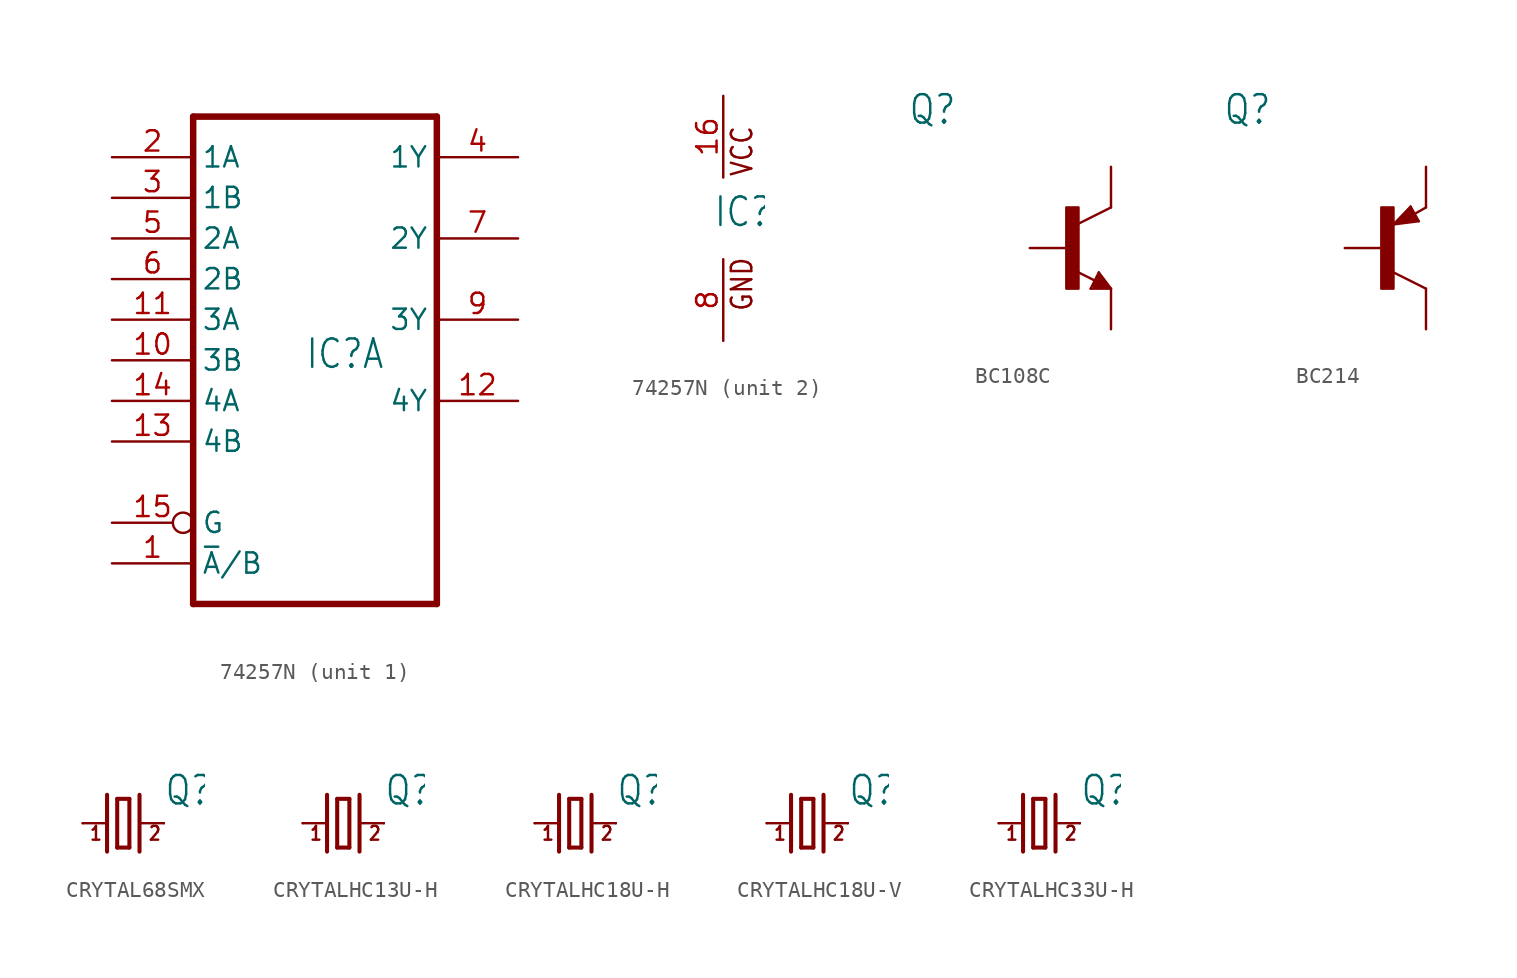
<source format=kicad_sym>
(kicad_symbol_lib
  (version 20220914)
  (generator kicad_symbol_editor)
  (symbol "74257N"
    (property "Reference" "IC"
      (at -0.635 -0.635 0)
      (effects (font (size 1.778 1.511)) (justify left bottom)))
    (property "ki_locked" ""
      (at 0 0 0)
      (effects (font (size 1.27 1.27))))
    (symbol "74257N_1_0"
      (polyline (pts (xy -7.62 -15.24) (xy 7.62 -15.24)) (stroke (width 0.406) (type solid)) (fill (type none)))
      (polyline (pts (xy -7.62 15.24) (xy -7.62 -15.24)) (stroke (width 0.406) (type solid)) (fill (type none)))
      (polyline (pts (xy 7.62 -15.24) (xy 7.62 15.24)) (stroke (width 0.406) (type solid)) (fill (type none)))
      (polyline (pts (xy 7.62 15.24) (xy -7.62 15.24)) (stroke (width 0.406) (type solid)) (fill (type none)))
      (pin input line (at -12.7 -12.7 0) (length 5.08) (name "~{A}/B" (effects (font (size 1.27 1.27)))) (number "1" (effects (font (size 1.27 1.27)))))
      (pin input line (at -12.7 0 0) (length 5.08) (name "3B" (effects (font (size 1.27 1.27)))) (number "10" (effects (font (size 1.27 1.27)))))
      (pin input line (at -12.7 2.54 0) (length 5.08) (name "3A" (effects (font (size 1.27 1.27)))) (number "11" (effects (font (size 1.27 1.27)))))
      (pin tri_state line (at 12.7 -2.54 180) (length 5.08) (name "4Y" (effects (font (size 1.27 1.27)))) (number "12" (effects (font (size 1.27 1.27)))))
      (pin input line (at -12.7 -5.08 0) (length 5.08) (name "4B" (effects (font (size 1.27 1.27)))) (number "13" (effects (font (size 1.27 1.27)))))
      (pin input line (at -12.7 -2.54 0) (length 5.08) (name "4A" (effects (font (size 1.27 1.27)))) (number "14" (effects (font (size 1.27 1.27)))))
      (pin input inverted (at -12.7 -10.16 0) (length 5.08) (name "G" (effects (font (size 1.27 1.27)))) (number "15" (effects (font (size 1.27 1.27)))))
      (pin input line (at -12.7 12.7 0) (length 5.08) (name "1A" (effects (font (size 1.27 1.27)))) (number "2" (effects (font (size 1.27 1.27)))))
      (pin input line (at -12.7 10.16 0) (length 5.08) (name "1B" (effects (font (size 1.27 1.27)))) (number "3" (effects (font (size 1.27 1.27)))))
      (pin tri_state line (at 12.7 12.7 180) (length 5.08) (name "1Y" (effects (font (size 1.27 1.27)))) (number "4" (effects (font (size 1.27 1.27)))))
      (pin input line (at -12.7 7.62 0) (length 5.08) (name "2A" (effects (font (size 1.27 1.27)))) (number "5" (effects (font (size 1.27 1.27)))))
      (pin input line (at -12.7 5.08 0) (length 5.08) (name "2B" (effects (font (size 1.27 1.27)))) (number "6" (effects (font (size 1.27 1.27)))))
      (pin tri_state line (at 12.7 7.62 180) (length 5.08) (name "2Y" (effects (font (size 1.27 1.27)))) (number "7" (effects (font (size 1.27 1.27)))))
      (pin tri_state line (at 12.7 2.54 180) (length 5.08) (name "3Y" (effects (font (size 1.27 1.27)))) (number "9" (effects (font (size 1.27 1.27))))))
    (symbol "74257N_2_0"
      (text "GND" (at 1.905 -5.842 900) (effects (font (size 1.27 1.079)) (justify left bottom)))
      (text "VCC" (at 1.905 2.54 900) (effects (font (size 1.27 1.079)) (justify left bottom)))
      (pin power_in line (at 0 7.62 270) (length 5.08) (name "VCC" (effects (font (size 0 0)))) (number "16" (effects (font (size 1.27 1.27)))))
      (pin power_in line (at 0 -7.62 90) (length 5.08) (name "GND" (effects (font (size 0 0)))) (number "8" (effects (font (size 1.27 1.27)))))))
  (symbol "BC108C"
    (property "Reference" "Q"
      (at -10.16 7.62 0)
      (effects (font (size 1.778 1.511)) (justify left bottom)))
    (property "Value" ""
      (at -10.16 5.08 0)
      (effects (font (size 1.778 1.511)) (justify left bottom)))
    (property "ki_locked" ""
      (at 0 0 0)
      (effects (font (size 1.27 1.27))))
    (symbol "BC108C_1_0"
      (rectangle (start -0.254 -2.54) (end 0.508 2.54) (stroke (width 0) (type default)) (fill (type outline)))
      (polyline (pts (xy 1.27 -2.54) (xy 1.778 -1.524)) (stroke (width 0.152) (type solid)) (fill (type none)))
      (polyline (pts (xy 1.524 -2.413) (xy 2.286 -2.413)) (stroke (width 0.254) (type solid)) (fill (type none)))
      (polyline (pts (xy 1.524 -2.286) (xy 1.905 -2.286)) (stroke (width 0.254) (type solid)) (fill (type none)))
      (polyline (pts (xy 1.54 -2.04) (xy 0.308 -1.424)) (stroke (width 0.152) (type solid)) (fill (type none)))
      (polyline (pts (xy 1.778 -1.778) (xy 1.524 -2.286)) (stroke (width 0.254) (type solid)) (fill (type none)))
      (polyline (pts (xy 1.778 -1.524) (xy 2.54 -2.54)) (stroke (width 0.152) (type solid)) (fill (type none)))
      (polyline (pts (xy 1.905 -2.286) (xy 1.778 -2.032)) (stroke (width 0.254) (type solid)) (fill (type none)))
      (polyline (pts (xy 2.286 -2.413) (xy 1.778 -1.778)) (stroke (width 0.254) (type solid)) (fill (type none)))
      (polyline (pts (xy 2.54 -2.54) (xy 1.27 -2.54)) (stroke (width 0.152) (type solid)) (fill (type none)))
      (polyline (pts (xy 2.54 2.54) (xy 0.508 1.524)) (stroke (width 0.152) (type solid)) (fill (type none)))
      (pin passive line (at 2.54 -5.08 90) (length 2.54) (name "E" (effects (font (size 0 0)))) (number "1" (effects (font (size 0 0)))))
      (pin passive line (at -2.54 0 0) (length 2.54) (name "B" (effects (font (size 0 0)))) (number "2" (effects (font (size 0 0)))))
      (pin passive line (at 2.54 5.08 270) (length 2.54) (name "C" (effects (font (size 0 0)))) (number "3" (effects (font (size 0 0)))))))
  (symbol "BC214"
    (property "Reference" "Q"
      (at -10.16 7.62 0)
      (effects (font (size 1.778 1.511)) (justify left bottom)))
    (property "Value" ""
      (at -10.16 5.08 0)
      (effects (font (size 1.778 1.511)) (justify left bottom)))
    (property "ki_locked" ""
      (at 0 0 0)
      (effects (font (size 1.27 1.27))))
    (symbol "BC214_1_0"
      (rectangle (start -0.254 -2.54) (end 0.508 2.54) (stroke (width 0) (type default)) (fill (type outline)))
      (polyline (pts (xy 0.516 1.478) (xy 2.086 1.678)) (stroke (width 0.152) (type solid)) (fill (type none)))
      (polyline (pts (xy 0.762 1.651) (xy 1.778 1.778)) (stroke (width 0.254) (type solid)) (fill (type none)))
      (polyline (pts (xy 1.143 1.905) (xy 1.524 1.905)) (stroke (width 0.254) (type solid)) (fill (type none)))
      (polyline (pts (xy 1.524 2.159) (xy 1.143 1.905)) (stroke (width 0.254) (type solid)) (fill (type none)))
      (polyline (pts (xy 1.524 2.413) (xy 0.762 1.651)) (stroke (width 0.254) (type solid)) (fill (type none)))
      (polyline (pts (xy 1.578 2.594) (xy 0.516 1.478)) (stroke (width 0.152) (type solid)) (fill (type none)))
      (polyline (pts (xy 1.778 1.778) (xy 1.524 2.159)) (stroke (width 0.254) (type solid)) (fill (type none)))
      (polyline (pts (xy 1.905 1.778) (xy 1.524 2.413)) (stroke (width 0.254) (type solid)) (fill (type none)))
      (polyline (pts (xy 2.086 1.678) (xy 1.578 2.594)) (stroke (width 0.152) (type solid)) (fill (type none)))
      (polyline (pts (xy 2.54 -2.54) (xy 0.508 -1.524)) (stroke (width 0.152) (type solid)) (fill (type none)))
      (polyline (pts (xy 2.54 2.54) (xy 1.808 2.124)) (stroke (width 0.152) (type solid)) (fill (type none)))
      (pin passive line (at 2.54 5.08 270) (length 2.54) (name "E" (effects (font (size 0 0)))) (number "1" (effects (font (size 0 0)))))
      (pin passive line (at -2.54 0 0) (length 2.54) (name "B" (effects (font (size 0 0)))) (number "2" (effects (font (size 0 0)))))
      (pin passive line (at 2.54 -5.08 90) (length 2.54) (name "C" (effects (font (size 0 0)))) (number "3" (effects (font (size 0 0)))))))
  (symbol "CRYTAL68SMX"
    (property "Reference" "Q"
      (at 2.54 1.016 0)
      (effects (font (size 1.778 1.511)) (justify left bottom)))
    (property "Value" ""
      (at 2.54 -2.54 0)
      (effects (font (size 1.778 1.511)) (justify left bottom)))
    (property "ki_locked" ""
      (at 0 0 0)
      (effects (font (size 1.27 1.27))))
    (symbol "CRYTAL68SMX_1_0"
      (polyline (pts (xy -2.54 0) (xy -1.016 0)) (stroke (width 0.152) (type solid)) (fill (type none)))
      (polyline (pts (xy -1.016 1.778) (xy -1.016 -1.778)) (stroke (width 0.254) (type solid)) (fill (type none)))
      (polyline (pts (xy -0.381 -1.524) (xy 0.381 -1.524)) (stroke (width 0.254) (type solid)) (fill (type none)))
      (polyline (pts (xy -0.381 1.524) (xy -0.381 -1.524)) (stroke (width 0.254) (type solid)) (fill (type none)))
      (polyline (pts (xy 0.381 -1.524) (xy 0.381 1.524)) (stroke (width 0.254) (type solid)) (fill (type none)))
      (polyline (pts (xy 0.381 1.524) (xy -0.381 1.524)) (stroke (width 0.254) (type solid)) (fill (type none)))
      (polyline (pts (xy 1.016 0) (xy 2.54 0)) (stroke (width 0.152) (type solid)) (fill (type none)))
      (polyline (pts (xy 1.016 1.778) (xy 1.016 -1.778)) (stroke (width 0.254) (type solid)) (fill (type none)))
      (text "1" (at -2.159 -1.143 0) (effects (font (size 0.864 0.734)) (justify left bottom)))
      (text "2" (at 1.524 -1.143 0) (effects (font (size 0.864 0.734)) (justify left bottom)))
      (pin passive line (at -2.54 0 0) (length 0) (name "1" (effects (font (size 0 0)))) (number "1" (effects (font (size 0 0)))))
      (pin passive line (at 2.54 0 180) (length 0) (name "2" (effects (font (size 0 0)))) (number "4" (effects (font (size 0 0)))))))
  (symbol "CRYTALHC13U-H"
    (property "Reference" "Q"
      (at 2.54 1.016 0)
      (effects (font (size 1.778 1.511)) (justify left bottom)))
    (property "Value" ""
      (at 2.54 -2.54 0)
      (effects (font (size 1.778 1.511)) (justify left bottom)))
    (property "ki_locked" ""
      (at 0 0 0)
      (effects (font (size 1.27 1.27))))
    (symbol "CRYTALHC13U-H_1_0"
      (polyline (pts (xy -2.54 0) (xy -1.016 0)) (stroke (width 0.152) (type solid)) (fill (type none)))
      (polyline (pts (xy -1.016 1.778) (xy -1.016 -1.778)) (stroke (width 0.254) (type solid)) (fill (type none)))
      (polyline (pts (xy -0.381 -1.524) (xy 0.381 -1.524)) (stroke (width 0.254) (type solid)) (fill (type none)))
      (polyline (pts (xy -0.381 1.524) (xy -0.381 -1.524)) (stroke (width 0.254) (type solid)) (fill (type none)))
      (polyline (pts (xy 0.381 -1.524) (xy 0.381 1.524)) (stroke (width 0.254) (type solid)) (fill (type none)))
      (polyline (pts (xy 0.381 1.524) (xy -0.381 1.524)) (stroke (width 0.254) (type solid)) (fill (type none)))
      (polyline (pts (xy 1.016 0) (xy 2.54 0)) (stroke (width 0.152) (type solid)) (fill (type none)))
      (polyline (pts (xy 1.016 1.778) (xy 1.016 -1.778)) (stroke (width 0.254) (type solid)) (fill (type none)))
      (text "1" (at -2.159 -1.143 0) (effects (font (size 0.864 0.734)) (justify left bottom)))
      (text "2" (at 1.524 -1.143 0) (effects (font (size 0.864 0.734)) (justify left bottom)))
      (pin passive line (at -2.54 0 0) (length 0) (name "1" (effects (font (size 0 0)))) (number "1" (effects (font (size 0 0)))))
      (pin passive line (at 2.54 0 180) (length 0) (name "2" (effects (font (size 0 0)))) (number "2" (effects (font (size 0 0)))))))
  (symbol "CRYTALHC18U-H"
    (property "Reference" "Q"
      (at 2.54 1.016 0)
      (effects (font (size 1.778 1.511)) (justify left bottom)))
    (property "Value" ""
      (at 2.54 -2.54 0)
      (effects (font (size 1.778 1.511)) (justify left bottom)))
    (property "ki_locked" ""
      (at 0 0 0)
      (effects (font (size 1.27 1.27))))
    (symbol "CRYTALHC18U-H_1_0"
      (polyline (pts (xy -2.54 0) (xy -1.016 0)) (stroke (width 0.152) (type solid)) (fill (type none)))
      (polyline (pts (xy -1.016 1.778) (xy -1.016 -1.778)) (stroke (width 0.254) (type solid)) (fill (type none)))
      (polyline (pts (xy -0.381 -1.524) (xy 0.381 -1.524)) (stroke (width 0.254) (type solid)) (fill (type none)))
      (polyline (pts (xy -0.381 1.524) (xy -0.381 -1.524)) (stroke (width 0.254) (type solid)) (fill (type none)))
      (polyline (pts (xy 0.381 -1.524) (xy 0.381 1.524)) (stroke (width 0.254) (type solid)) (fill (type none)))
      (polyline (pts (xy 0.381 1.524) (xy -0.381 1.524)) (stroke (width 0.254) (type solid)) (fill (type none)))
      (polyline (pts (xy 1.016 0) (xy 2.54 0)) (stroke (width 0.152) (type solid)) (fill (type none)))
      (polyline (pts (xy 1.016 1.778) (xy 1.016 -1.778)) (stroke (width 0.254) (type solid)) (fill (type none)))
      (text "1" (at -2.159 -1.143 0) (effects (font (size 0.864 0.734)) (justify left bottom)))
      (text "2" (at 1.524 -1.143 0) (effects (font (size 0.864 0.734)) (justify left bottom)))
      (pin passive line (at -2.54 0 0) (length 0) (name "1" (effects (font (size 0 0)))) (number "1" (effects (font (size 0 0)))))
      (pin passive line (at 2.54 0 180) (length 0) (name "2" (effects (font (size 0 0)))) (number "2" (effects (font (size 0 0)))))))
  (symbol "CRYTALHC18U-V"
    (property "Reference" "Q"
      (at 2.54 1.016 0)
      (effects (font (size 1.778 1.511)) (justify left bottom)))
    (property "Value" ""
      (at 2.54 -2.54 0)
      (effects (font (size 1.778 1.511)) (justify left bottom)))
    (property "ki_locked" ""
      (at 0 0 0)
      (effects (font (size 1.27 1.27))))
    (symbol "CRYTALHC18U-V_1_0"
      (polyline (pts (xy -2.54 0) (xy -1.016 0)) (stroke (width 0.152) (type solid)) (fill (type none)))
      (polyline (pts (xy -1.016 1.778) (xy -1.016 -1.778)) (stroke (width 0.254) (type solid)) (fill (type none)))
      (polyline (pts (xy -0.381 -1.524) (xy 0.381 -1.524)) (stroke (width 0.254) (type solid)) (fill (type none)))
      (polyline (pts (xy -0.381 1.524) (xy -0.381 -1.524)) (stroke (width 0.254) (type solid)) (fill (type none)))
      (polyline (pts (xy 0.381 -1.524) (xy 0.381 1.524)) (stroke (width 0.254) (type solid)) (fill (type none)))
      (polyline (pts (xy 0.381 1.524) (xy -0.381 1.524)) (stroke (width 0.254) (type solid)) (fill (type none)))
      (polyline (pts (xy 1.016 0) (xy 2.54 0)) (stroke (width 0.152) (type solid)) (fill (type none)))
      (polyline (pts (xy 1.016 1.778) (xy 1.016 -1.778)) (stroke (width 0.254) (type solid)) (fill (type none)))
      (text "1" (at -2.159 -1.143 0) (effects (font (size 0.864 0.734)) (justify left bottom)))
      (text "2" (at 1.524 -1.143 0) (effects (font (size 0.864 0.734)) (justify left bottom)))
      (pin passive line (at -2.54 0 0) (length 0) (name "1" (effects (font (size 0 0)))) (number "1" (effects (font (size 0 0)))))
      (pin passive line (at 2.54 0 180) (length 0) (name "2" (effects (font (size 0 0)))) (number "2" (effects (font (size 0 0)))))))
  (symbol "CRYTALHC33U-H"
    (property "Reference" "Q"
      (at 2.54 1.016 0)
      (effects (font (size 1.778 1.511)) (justify left bottom)))
    (property "Value" ""
      (at 2.54 -2.54 0)
      (effects (font (size 1.778 1.511)) (justify left bottom)))
    (property "ki_locked" ""
      (at 0 0 0)
      (effects (font (size 1.27 1.27))))
    (symbol "CRYTALHC33U-H_1_0"
      (polyline (pts (xy -2.54 0) (xy -1.016 0)) (stroke (width 0.152) (type solid)) (fill (type none)))
      (polyline (pts (xy -1.016 1.778) (xy -1.016 -1.778)) (stroke (width 0.254) (type solid)) (fill (type none)))
      (polyline (pts (xy -0.381 -1.524) (xy 0.381 -1.524)) (stroke (width 0.254) (type solid)) (fill (type none)))
      (polyline (pts (xy -0.381 1.524) (xy -0.381 -1.524)) (stroke (width 0.254) (type solid)) (fill (type none)))
      (polyline (pts (xy 0.381 -1.524) (xy 0.381 1.524)) (stroke (width 0.254) (type solid)) (fill (type none)))
      (polyline (pts (xy 0.381 1.524) (xy -0.381 1.524)) (stroke (width 0.254) (type solid)) (fill (type none)))
      (polyline (pts (xy 1.016 0) (xy 2.54 0)) (stroke (width 0.152) (type solid)) (fill (type none)))
      (polyline (pts (xy 1.016 1.778) (xy 1.016 -1.778)) (stroke (width 0.254) (type solid)) (fill (type none)))
      (text "1" (at -2.159 -1.143 0) (effects (font (size 0.864 0.734)) (justify left bottom)))
      (text "2" (at 1.524 -1.143 0) (effects (font (size 0.864 0.734)) (justify left bottom)))
      (pin passive line (at -2.54 0 0) (length 0) (name "1" (effects (font (size 0 0)))) (number "1" (effects (font (size 0 0)))))
      (pin passive line (at 2.54 0 180) (length 0) (name "2" (effects (font (size 0 0)))) (number "2" (effects (font (size 0 0))))))))
</source>
